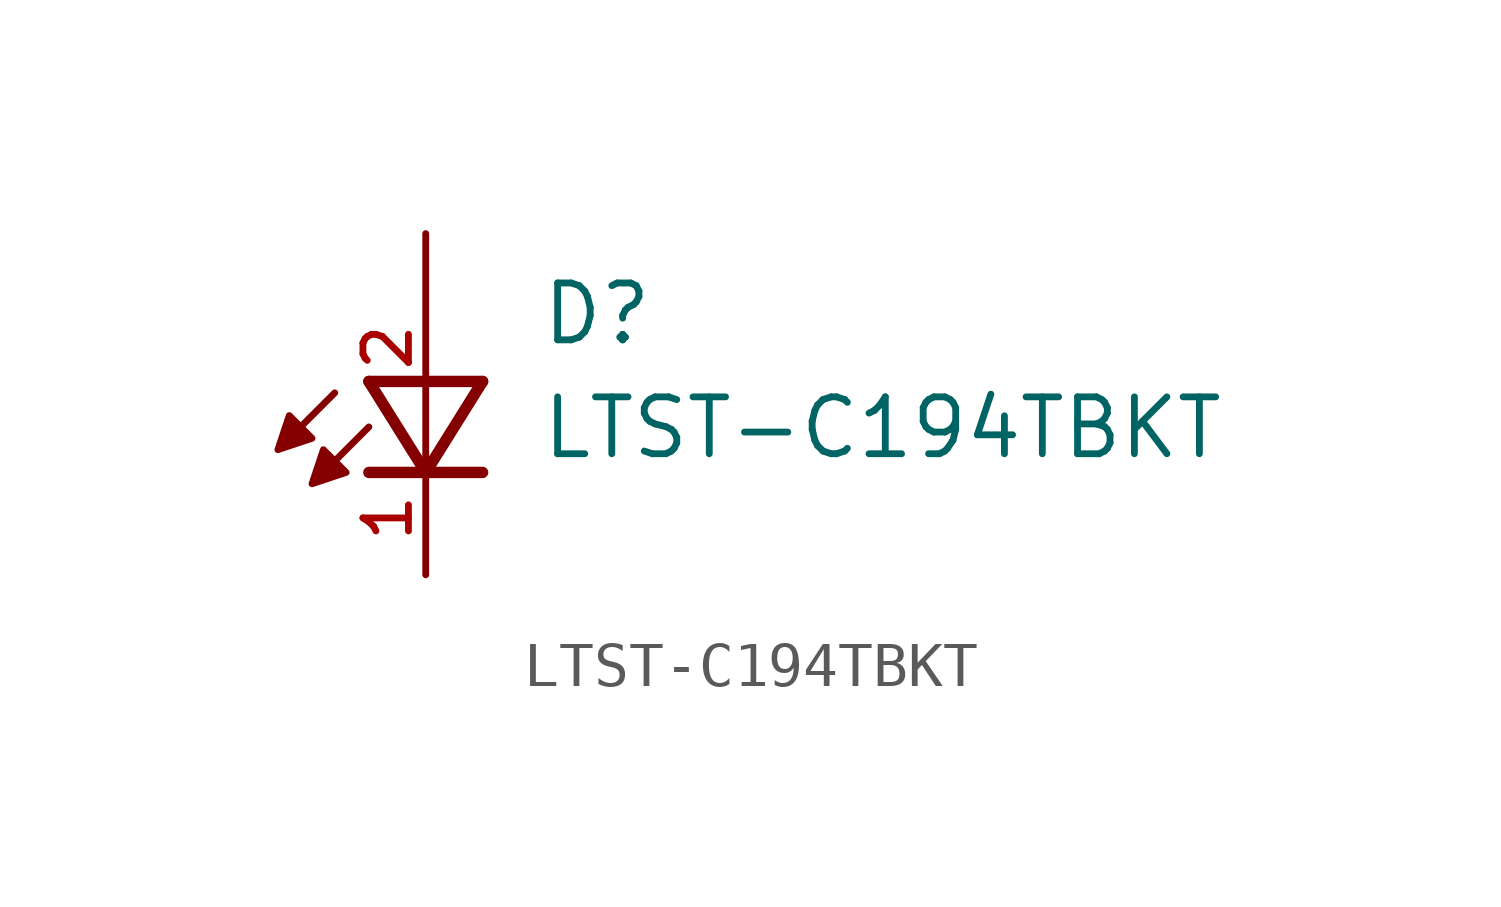
<source format=kicad_sym>
(kicad_symbol_lib
  (version 20211014)
  (generator kicad_symbol_editor)
  (symbol "LTST-C194TBKT"
    (pin_names
      (offset 1.016))
    (property "Reference" "D"
      (at 2.544 2.544 0)
      (effects (font (size 1.27 1.27)) (justify bottom left)))
    (property "Value" "LTST-C194TBKT"
      (at 2.543 0.0 0)
      (effects (font (size 1.27 1.27)) (justify bottom left)))
    (symbol "LTST-C194TBKT_0_0"
      (polyline (pts (xy 1.27 1.778) (xy 0.0 -0.254)) (stroke (width 0.254)))
      (polyline (pts (xy 0.0 -0.254) (xy -1.27 1.778)) (stroke (width 0.254)))
      (polyline (pts (xy 1.27 -0.254) (xy 0.0 -0.254)) (stroke (width 0.254)))
      (polyline (pts (xy 0.0 -0.254) (xy -1.27 -0.254)) (stroke (width 0.254)))
      (polyline (pts (xy 1.27 1.778) (xy -1.27 1.778)) (stroke (width 0.254)))
      (polyline (pts (xy -2.032 1.524) (xy -2.921 0.635)) (stroke (width 0.152)))
      (polyline (pts (xy -1.27 0.762) (xy -2.159 -0.127)) (stroke (width 0.152)))
      (polyline (pts (xy -3.048 1.016) (xy -3.302 0.254) (xy -2.54 0.508) (xy -3.048 1.016)) (stroke (width 0.152)) (fill (type outline)))
      (polyline (pts (xy -2.286 0.254) (xy -2.54 -0.508) (xy -1.778 -0.254) (xy -2.286 0.254)) (stroke (width 0.152)) (fill (type outline)))
      (pin passive line (at 0.0 5.08 270.0) (length 5.08) (name "~" (effects (font (size 1.016 1.016)))) (number "2" (effects (font (size 1.016 1.016)))))
      (pin passive line (at 0.0 -2.54 90.0) (length 2.54) (name "~" (effects (font (size 1.016 1.016)))) (number "1" (effects (font (size 1.016 1.016))))))))
</source>
